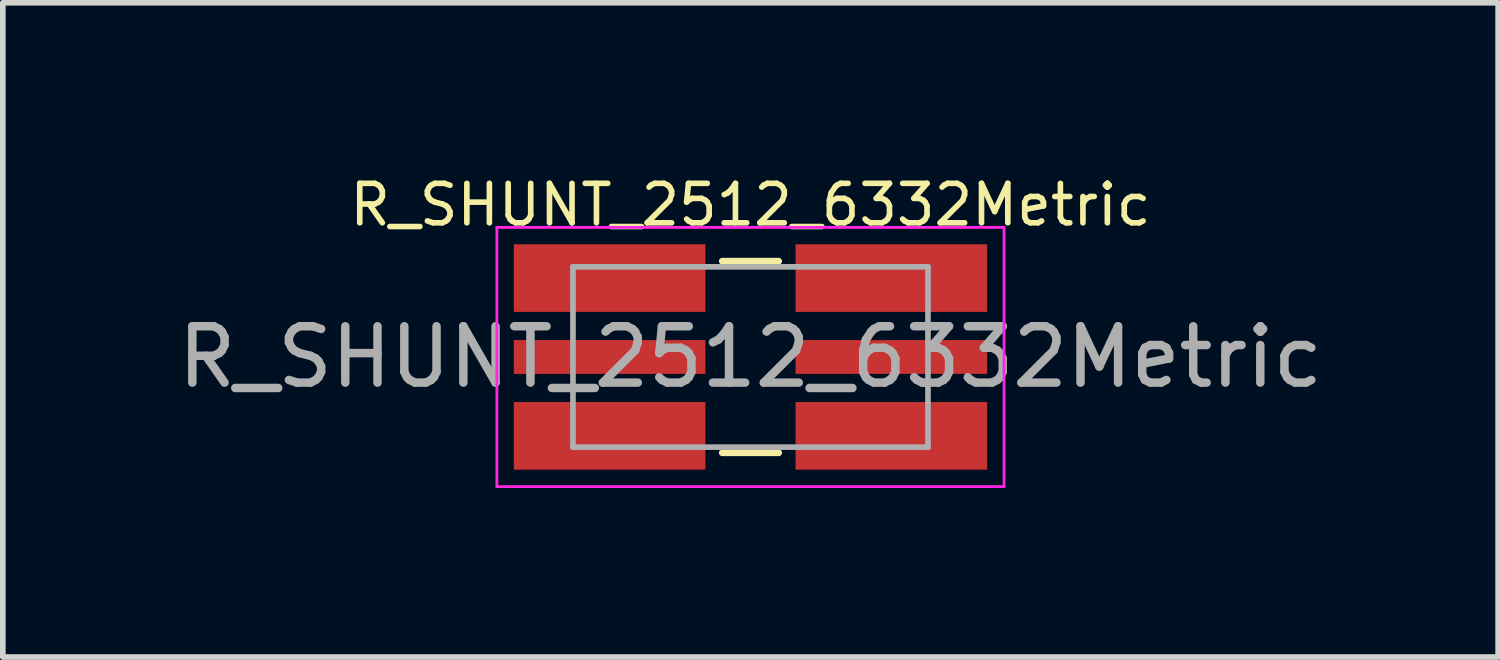
<source format=kicad_pcb>
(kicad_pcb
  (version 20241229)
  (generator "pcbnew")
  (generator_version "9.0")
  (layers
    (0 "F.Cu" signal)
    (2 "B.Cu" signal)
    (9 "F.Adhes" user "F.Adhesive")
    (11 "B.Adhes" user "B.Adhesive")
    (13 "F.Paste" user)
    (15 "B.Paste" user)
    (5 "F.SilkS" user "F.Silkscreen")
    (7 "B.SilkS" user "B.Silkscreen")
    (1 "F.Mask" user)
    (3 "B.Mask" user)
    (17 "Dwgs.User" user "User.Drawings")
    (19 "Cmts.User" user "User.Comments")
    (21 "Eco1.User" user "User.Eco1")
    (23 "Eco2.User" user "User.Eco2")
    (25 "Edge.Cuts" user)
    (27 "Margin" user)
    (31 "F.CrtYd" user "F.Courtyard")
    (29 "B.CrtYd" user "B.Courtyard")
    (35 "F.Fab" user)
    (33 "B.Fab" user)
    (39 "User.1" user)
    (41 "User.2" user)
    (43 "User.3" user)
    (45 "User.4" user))
  (footprint "R_SHUNT_2512_6332Metric"
    (layer "F.Cu")
    (at 10.268 3.285)
    (property "Reference" "R_SHUNT_2512_6332Metric" (at 0 -2.7 0) (layer "F.SilkS") (effects (font (size 0.7 0.7) (thickness 0.1))))
    (attr smd)
    (fp_line (start -0.5 -1.7) (end 0.5 -1.7) (stroke (width 0.12) (type solid)) (layer "F.SilkS"))
    (fp_line (start -0.5 1.7) (end 0.5 1.7) (stroke (width 0.12) (type solid)) (layer "F.SilkS"))
    (fp_line (start -4.5 -2.3) (end 4.5 -2.3) (stroke (width 0.05) (type solid)) (layer "F.CrtYd"))
    (fp_line (start -4.5 2.3) (end -4.5 -2.3) (stroke (width 0.05) (type solid)) (layer "F.CrtYd"))
    (fp_line (start 4.5 -2.3) (end 4.5 2.3) (stroke (width 0.05) (type solid)) (layer "F.CrtYd"))
    (fp_line (start 4.5 2.3) (end -4.5 2.3) (stroke (width 0.05) (type solid)) (layer "F.CrtYd"))
    (fp_line (start -3.15 -1.6) (end 3.15 -1.6) (stroke (width 0.1) (type solid)) (layer "F.Fab"))
    (fp_line (start -3.15 1.6) (end -3.15 -1.6) (stroke (width 0.1) (type solid)) (layer "F.Fab"))
    (fp_line (start 3.15 -1.6) (end 3.15 1.6) (stroke (width 0.1) (type solid)) (layer "F.Fab"))
    (fp_line (start 3.15 1.6) (end -3.15 1.6) (stroke (width 0.1) (type solid)) (layer "F.Fab"))
    (fp_text user "${REFERENCE}" (at 0 0 0) (layer "F.Fab") (effects (font (size 1 1) (thickness 0.15))))
    (pad "1" smd rect (at -2.5 -1.4) (size 3.4 1.2) (layers "F.Cu" "F.Mask" "F.Paste"))
    (pad "1" smd rect (at -2.5 1.4) (size 3.4 1.2) (layers "F.Cu" "F.Mask" "F.Paste"))
    (pad "2" smd rect (at -2.5 0) (size 3.4 0.6) (layers "F.Cu" "F.Mask" "F.Paste"))
    (pad "3" smd rect (at 2.5 0) (size 3.4 0.6) (layers "F.Cu" "F.Mask" "F.Paste"))
    (pad "4" smd rect (at 2.5 -1.4) (size 3.4 1.2) (layers "F.Cu" "F.Mask" "F.Paste"))
    (pad "4" smd rect (at 2.5 1.4) (size 3.4 1.2) (layers "F.Cu" "F.Mask" "F.Paste")))
  (gr_rect
    (start -3 -3)
    (end 23.536 8.61)
    (stroke (width 0.1) (type default))
    (fill no)
    (layer "Edge.Cuts")))
</source>
